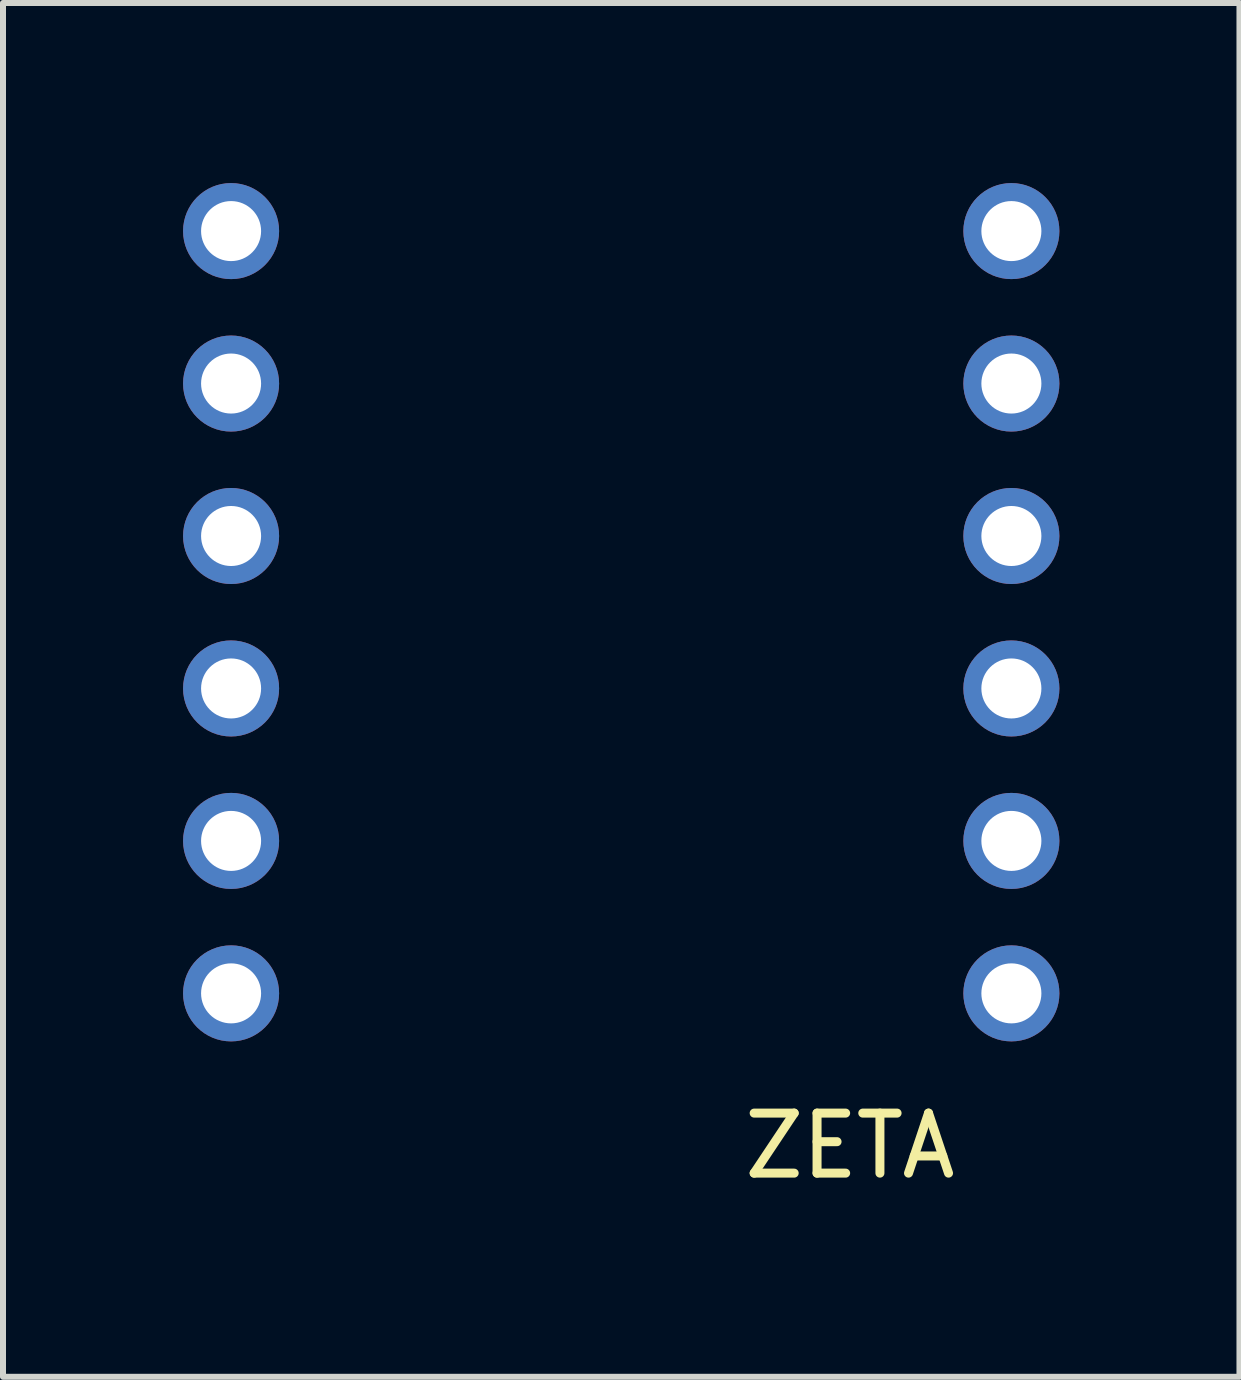
<source format=kicad_pcb>
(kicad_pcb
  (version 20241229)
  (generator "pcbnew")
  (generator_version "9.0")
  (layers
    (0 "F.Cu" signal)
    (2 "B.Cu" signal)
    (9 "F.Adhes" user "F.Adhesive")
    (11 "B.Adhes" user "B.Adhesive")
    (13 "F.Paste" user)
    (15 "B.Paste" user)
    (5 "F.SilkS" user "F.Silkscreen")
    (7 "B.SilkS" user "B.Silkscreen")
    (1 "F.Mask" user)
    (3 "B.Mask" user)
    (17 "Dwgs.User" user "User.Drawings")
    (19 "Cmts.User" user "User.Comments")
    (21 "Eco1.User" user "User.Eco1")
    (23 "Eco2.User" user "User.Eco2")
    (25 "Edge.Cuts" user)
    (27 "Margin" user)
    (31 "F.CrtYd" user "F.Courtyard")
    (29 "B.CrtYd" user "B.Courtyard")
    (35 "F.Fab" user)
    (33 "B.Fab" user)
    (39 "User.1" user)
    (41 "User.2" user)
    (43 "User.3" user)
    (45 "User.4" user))
  (footprint "ZETA"
    (layer "F.Cu")
    (at 7.3 7.15)
    (property "Reference" "ZETA" (at 3.81 8.89 0) (layer "F.SilkS") (effects (font (size 1 1) (thickness 0.15))))
    (attr through_hole)
    (pad "1" thru_hole circle (at -6.5 -6.35) (size 1.6 1.6) (drill 1) (layers "*.Cu" "*.Mask"))
    (pad "2" thru_hole circle (at -6.5 -3.81) (size 1.6 1.6) (drill 1) (layers "*.Cu" "*.Mask"))
    (pad "3" thru_hole circle (at -6.5 -1.27) (size 1.6 1.6) (drill 1) (layers "*.Cu" "*.Mask"))
    (pad "4" thru_hole circle (at -6.5 1.27) (size 1.6 1.6) (drill 1) (layers "*.Cu" "*.Mask"))
    (pad "5" thru_hole circle (at -6.5 3.81) (size 1.6 1.6) (drill 1) (layers "*.Cu" "*.Mask"))
    (pad "6" thru_hole circle (at -6.5 6.35) (size 1.6 1.6) (drill 1) (layers "*.Cu" "*.Mask"))
    (pad "7" thru_hole circle (at 6.5 6.35) (size 1.6 1.6) (drill 1) (layers "*.Cu" "*.Mask"))
    (pad "8" thru_hole circle (at 6.5 3.81) (size 1.6 1.6) (drill 1) (layers "*.Cu" "*.Mask"))
    (pad "9" thru_hole circle (at 6.5 1.27) (size 1.6 1.6) (drill 1) (layers "*.Cu" "*.Mask"))
    (pad "10" thru_hole circle (at 6.5 -1.27) (size 1.6 1.6) (drill 1) (layers "*.Cu" "*.Mask"))
    (pad "11" thru_hole circle (at 6.5 -3.81) (size 1.6 1.6) (drill 1) (layers "*.Cu" "*.Mask"))
    (pad "12" thru_hole circle (at 6.5 -6.35) (size 1.6 1.6) (drill 1) (layers "*.Cu" "*.Mask")))
  (gr_rect
    (start -3 -3)
    (end 17.6 19.888)
    (stroke (width 0.1) (type default))
    (fill no)
    (layer "Edge.Cuts")))
</source>
